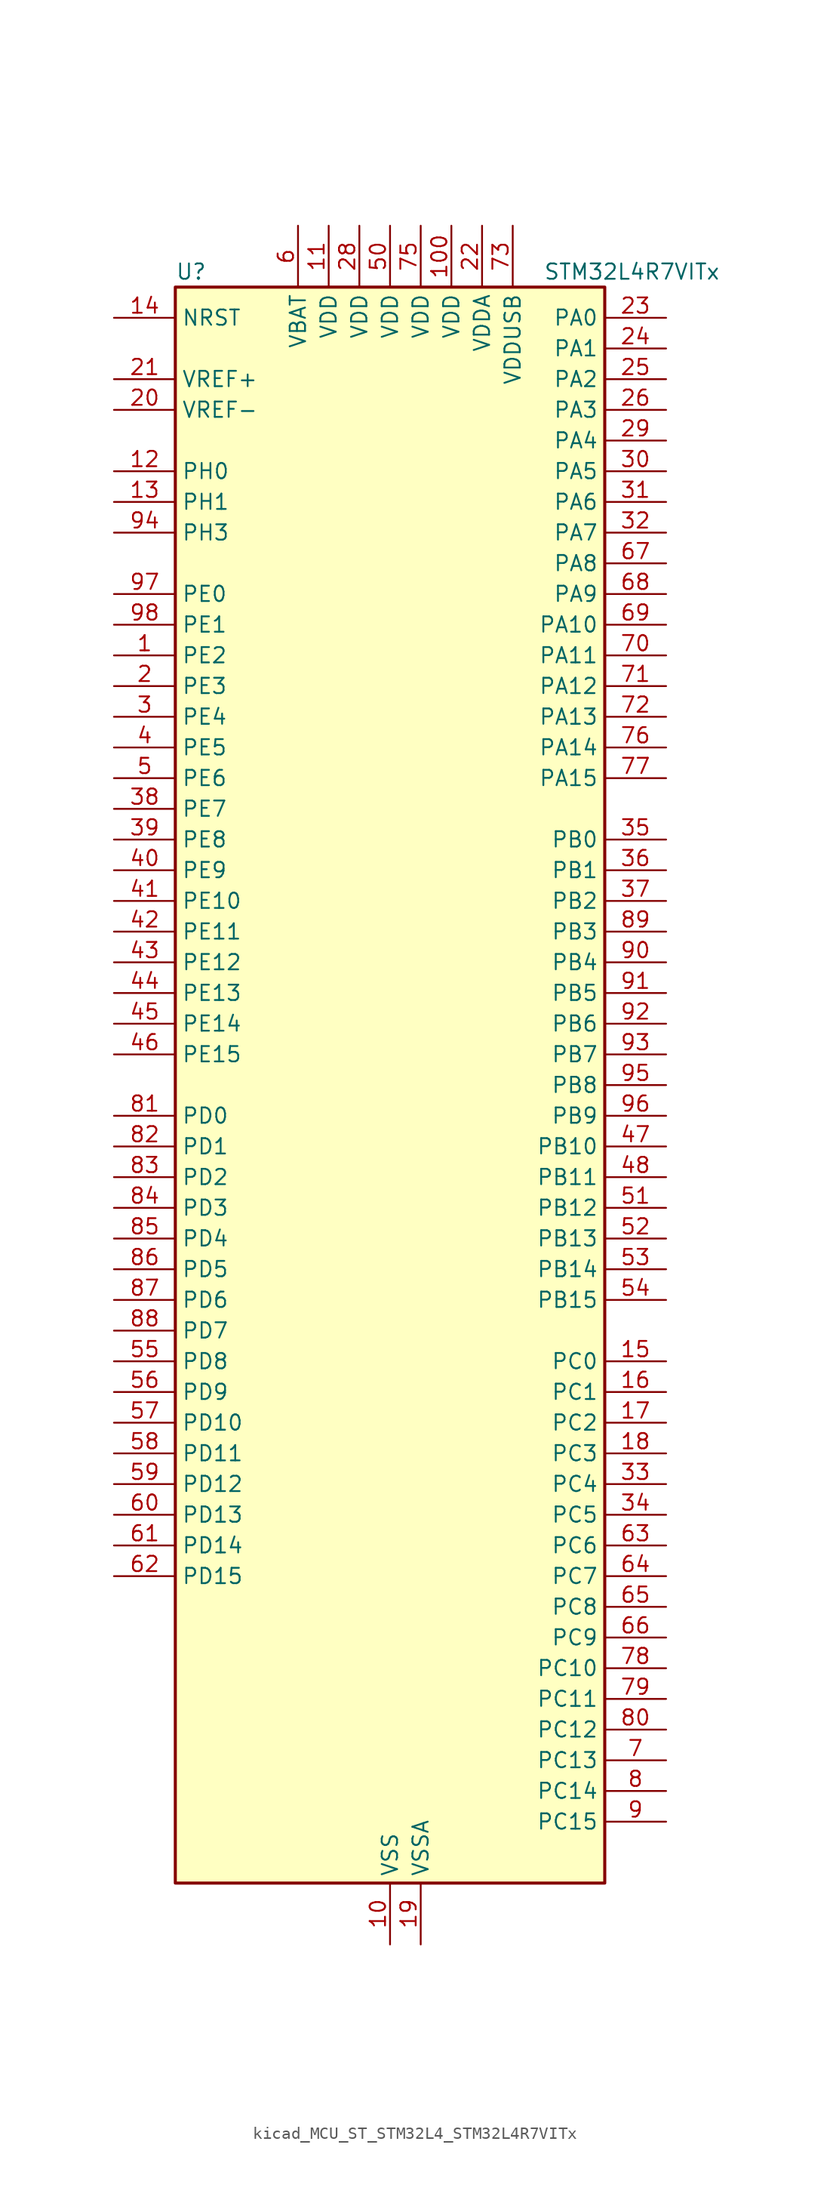
<source format=kicad_sym>
(kicad_symbol_lib
  (version 20220914)
  (generator kicad_symbol_editor)
  (symbol "kicad_MCU_ST_STM32L4_STM32L4R7VITx"
    (property "Reference" "U"
      (at -17.78 67.31 0)
      (effects (font (size 1.27 1.27)) (justify left)))
    (property "Value" "STM32L4R7VITx"
      (at 12.7 67.31 0)
      (effects (font (size 1.27 1.27)) (justify left)))
    (property "ki_locked" ""
      (at 0 0 0)
      (effects (font (size 1.27 1.27))))
    (symbol "kicad_MCU_ST_STM32L4_STM32L4R7VITx_0_1"
      (rectangle (start -17.78 -66.04) (end 17.78 66.04) (stroke (width 0.254) (type default)) (fill (type background))))
    (symbol "kicad_MCU_ST_STM32L4_STM32L4R7VITx_1_1"
      (pin bidirectional line (at -22.86 35.56 0) (length 5.08) (name "PE2" (effects (font (size 1.27 1.27)))) (number "1" (effects (font (size 1.27 1.27)))) (alternate "FMC_A23" bidirectional line) (alternate "LTDC_R0" bidirectional line) (alternate "SAI1_CK1" bidirectional line) (alternate "SAI1_MCLK_A" bidirectional line) (alternate "SYS_TRACECLK" bidirectional line) (alternate "TIM3_ETR" bidirectional line) (alternate "TSC_G7_IO1" bidirectional line))
      (pin power_in line (at 0 -71.12 90) (length 5.08) (name "VSS" (effects (font (size 1.27 1.27)))) (number "10" (effects (font (size 1.27 1.27)))))
      (pin power_in line (at 5.08 71.12 270) (length 5.08) (name "VDD" (effects (font (size 1.27 1.27)))) (number "100" (effects (font (size 1.27 1.27)))))
      (pin power_in line (at -5.08 71.12 270) (length 5.08) (name "VDD" (effects (font (size 1.27 1.27)))) (number "11" (effects (font (size 1.27 1.27)))))
      (pin bidirectional line (at -22.86 50.8 0) (length 5.08) (name "PH0" (effects (font (size 1.27 1.27)))) (number "12" (effects (font (size 1.27 1.27)))) (alternate "RCC_OSC_IN" bidirectional line))
      (pin bidirectional line (at -22.86 48.26 0) (length 5.08) (name "PH1" (effects (font (size 1.27 1.27)))) (number "13" (effects (font (size 1.27 1.27)))) (alternate "RCC_OSC_OUT" bidirectional line))
      (pin input line (at -22.86 63.5 0) (length 5.08) (name "NRST" (effects (font (size 1.27 1.27)))) (number "14" (effects (font (size 1.27 1.27)))))
      (pin bidirectional line (at 22.86 -22.86 180) (length 5.08) (name "PC0" (effects (font (size 1.27 1.27)))) (number "15" (effects (font (size 1.27 1.27)))) (alternate "ADC1_IN1" bidirectional line) (alternate "DFSDM1_DATIN4" bidirectional line) (alternate "I2C3_SCL" bidirectional line) (alternate "LPTIM1_IN1" bidirectional line) (alternate "LPTIM2_IN1" bidirectional line) (alternate "LPUART1_RX" bidirectional line) (alternate "SAI2_FS_A" bidirectional line))
      (pin bidirectional line (at 22.86 -25.4 180) (length 5.08) (name "PC1" (effects (font (size 1.27 1.27)))) (number "16" (effects (font (size 1.27 1.27)))) (alternate "ADC1_IN2" bidirectional line) (alternate "DFSDM1_CKIN4" bidirectional line) (alternate "I2C3_SDA" bidirectional line) (alternate "LPTIM1_OUT" bidirectional line) (alternate "LPUART1_TX" bidirectional line) (alternate "OCTOSPIM_P1_IO4" bidirectional line) (alternate "SAI1_SD_A" bidirectional line) (alternate "SPI2_MOSI" bidirectional line) (alternate "SYS_TRACED0" bidirectional line))
      (pin bidirectional line (at 22.86 -27.94 180) (length 5.08) (name "PC2" (effects (font (size 1.27 1.27)))) (number "17" (effects (font (size 1.27 1.27)))) (alternate "ADC1_IN3" bidirectional line) (alternate "DFSDM1_CKOUT" bidirectional line) (alternate "LPTIM1_IN2" bidirectional line) (alternate "OCTOSPIM_P1_IO5" bidirectional line) (alternate "SPI2_MISO" bidirectional line))
      (pin bidirectional line (at 22.86 -30.48 180) (length 5.08) (name "PC3" (effects (font (size 1.27 1.27)))) (number "18" (effects (font (size 1.27 1.27)))) (alternate "ADC1_IN4" bidirectional line) (alternate "LPTIM1_ETR" bidirectional line) (alternate "LPTIM2_ETR" bidirectional line) (alternate "OCTOSPIM_P1_IO6" bidirectional line) (alternate "SAI1_D1" bidirectional line) (alternate "SAI1_SD_A" bidirectional line) (alternate "SPI2_MOSI" bidirectional line))
      (pin power_in line (at 2.54 -71.12 90) (length 5.08) (name "VSSA" (effects (font (size 1.27 1.27)))) (number "19" (effects (font (size 1.27 1.27)))))
      (pin bidirectional line (at -22.86 33.02 0) (length 5.08) (name "PE3" (effects (font (size 1.27 1.27)))) (number "2" (effects (font (size 1.27 1.27)))) (alternate "FMC_A19" bidirectional line) (alternate "LTDC_R1" bidirectional line) (alternate "OCTOSPIM_P1_DQS" bidirectional line) (alternate "SAI1_SD_B" bidirectional line) (alternate "SYS_TRACED0" bidirectional line) (alternate "TIM3_CH1" bidirectional line) (alternate "TSC_G7_IO2" bidirectional line))
      (pin input line (at -22.86 55.88 0) (length 5.08) (name "VREF-" (effects (font (size 1.27 1.27)))) (number "20" (effects (font (size 1.27 1.27)))))
      (pin input line (at -22.86 58.42 0) (length 5.08) (name "VREF+" (effects (font (size 1.27 1.27)))) (number "21" (effects (font (size 1.27 1.27)))) (alternate "VREFBUF_OUT" bidirectional line))
      (pin power_in line (at 7.62 71.12 270) (length 5.08) (name "VDDA" (effects (font (size 1.27 1.27)))) (number "22" (effects (font (size 1.27 1.27)))))
      (pin bidirectional line (at 22.86 63.5 180) (length 5.08) (name "PA0" (effects (font (size 1.27 1.27)))) (number "23" (effects (font (size 1.27 1.27)))) (alternate "ADC1_IN5" bidirectional line) (alternate "OPAMP1_VINP" bidirectional line) (alternate "RTC_TAMP2" bidirectional line) (alternate "SAI1_EXTCLK" bidirectional line) (alternate "SYS_WKUP1" bidirectional line) (alternate "TIM2_CH1" bidirectional line) (alternate "TIM2_ETR" bidirectional line) (alternate "TIM5_CH1" bidirectional line) (alternate "TIM8_ETR" bidirectional line) (alternate "UART4_TX" bidirectional line) (alternate "USART2_CTS" bidirectional line) (alternate "USART2_NSS" bidirectional line))
      (pin bidirectional line (at 22.86 60.96 180) (length 5.08) (name "PA1" (effects (font (size 1.27 1.27)))) (number "24" (effects (font (size 1.27 1.27)))) (alternate "ADC1_IN6" bidirectional line) (alternate "I2C1_SMBA" bidirectional line) (alternate "OCTOSPIM_P1_DQS" bidirectional line) (alternate "OPAMP1_VINM" bidirectional line) (alternate "SPI1_SCK" bidirectional line) (alternate "TIM15_CH1N" bidirectional line) (alternate "TIM2_CH2" bidirectional line) (alternate "TIM5_CH2" bidirectional line) (alternate "UART4_RX" bidirectional line) (alternate "USART2_DE" bidirectional line) (alternate "USART2_RTS" bidirectional line))
      (pin bidirectional line (at 22.86 58.42 180) (length 5.08) (name "PA2" (effects (font (size 1.27 1.27)))) (number "25" (effects (font (size 1.27 1.27)))) (alternate "ADC1_IN7" bidirectional line) (alternate "LPUART1_TX" bidirectional line) (alternate "OCTOSPIM_P1_NCS" bidirectional line) (alternate "RCC_LSCO" bidirectional line) (alternate "SAI2_EXTCLK" bidirectional line) (alternate "SYS_WKUP4" bidirectional line) (alternate "TIM15_CH1" bidirectional line) (alternate "TIM2_CH3" bidirectional line) (alternate "TIM5_CH3" bidirectional line) (alternate "USART2_TX" bidirectional line))
      (pin bidirectional line (at 22.86 55.88 180) (length 5.08) (name "PA3" (effects (font (size 1.27 1.27)))) (number "26" (effects (font (size 1.27 1.27)))) (alternate "ADC1_IN8" bidirectional line) (alternate "LPUART1_RX" bidirectional line) (alternate "OCTOSPIM_P1_CLK" bidirectional line) (alternate "OPAMP1_VOUT" bidirectional line) (alternate "SAI1_CK1" bidirectional line) (alternate "SAI1_MCLK_A" bidirectional line) (alternate "TIM15_CH2" bidirectional line) (alternate "TIM2_CH4" bidirectional line) (alternate "TIM5_CH4" bidirectional line) (alternate "USART2_RX" bidirectional line))
      (pin passive line (at 0 -71.12 90) (length 5.08) hide (name "VSS" (effects (font (size 1.27 1.27)))) (number "27" (effects (font (size 1.27 1.27)))))
      (pin power_in line (at -2.54 71.12 270) (length 5.08) (name "VDD" (effects (font (size 1.27 1.27)))) (number "28" (effects (font (size 1.27 1.27)))))
      (pin bidirectional line (at 22.86 53.34 180) (length 5.08) (name "PA4" (effects (font (size 1.27 1.27)))) (number "29" (effects (font (size 1.27 1.27)))) (alternate "ADC1_IN9" bidirectional line) (alternate "DAC1_OUT1" bidirectional line) (alternate "DCMI_HSYNC" bidirectional line) (alternate "LPTIM2_OUT" bidirectional line) (alternate "OCTOSPIM_P1_NCS" bidirectional line) (alternate "SAI1_FS_B" bidirectional line) (alternate "SPI1_NSS" bidirectional line) (alternate "SPI3_NSS" bidirectional line) (alternate "USART2_CK" bidirectional line))
      (pin bidirectional line (at -22.86 30.48 0) (length 5.08) (name "PE4" (effects (font (size 1.27 1.27)))) (number "3" (effects (font (size 1.27 1.27)))) (alternate "DCMI_D4" bidirectional line) (alternate "DFSDM1_DATIN3" bidirectional line) (alternate "FMC_A20" bidirectional line) (alternate "LTDC_B0" bidirectional line) (alternate "SAI1_D2" bidirectional line) (alternate "SAI1_FS_A" bidirectional line) (alternate "SYS_TRACED1" bidirectional line) (alternate "TIM3_CH2" bidirectional line) (alternate "TSC_G7_IO3" bidirectional line))
      (pin bidirectional line (at 22.86 50.8 180) (length 5.08) (name "PA5" (effects (font (size 1.27 1.27)))) (number "30" (effects (font (size 1.27 1.27)))) (alternate "ADC1_IN10" bidirectional line) (alternate "DAC1_OUT2" bidirectional line) (alternate "LPTIM2_ETR" bidirectional line) (alternate "SPI1_SCK" bidirectional line) (alternate "TIM2_CH1" bidirectional line) (alternate "TIM2_ETR" bidirectional line) (alternate "TIM8_CH1N" bidirectional line))
      (pin bidirectional line (at 22.86 48.26 180) (length 5.08) (name "PA6" (effects (font (size 1.27 1.27)))) (number "31" (effects (font (size 1.27 1.27)))) (alternate "ADC1_IN11" bidirectional line) (alternate "DCMI_PIXCLK" bidirectional line) (alternate "LPUART1_CTS" bidirectional line) (alternate "OCTOSPIM_P1_IO3" bidirectional line) (alternate "OPAMP2_VINP" bidirectional line) (alternate "SPI1_MISO" bidirectional line) (alternate "TIM16_CH1" bidirectional line) (alternate "TIM1_BKIN" bidirectional line) (alternate "TIM3_CH1" bidirectional line) (alternate "TIM8_BKIN" bidirectional line) (alternate "USART3_CTS" bidirectional line) (alternate "USART3_NSS" bidirectional line))
      (pin bidirectional line (at 22.86 45.72 180) (length 5.08) (name "PA7" (effects (font (size 1.27 1.27)))) (number "32" (effects (font (size 1.27 1.27)))) (alternate "ADC1_IN12" bidirectional line) (alternate "I2C3_SCL" bidirectional line) (alternate "OCTOSPIM_P1_IO2" bidirectional line) (alternate "OPAMP2_VINM" bidirectional line) (alternate "SPI1_MOSI" bidirectional line) (alternate "TIM17_CH1" bidirectional line) (alternate "TIM1_CH1N" bidirectional line) (alternate "TIM3_CH2" bidirectional line) (alternate "TIM8_CH1N" bidirectional line))
      (pin bidirectional line (at 22.86 -33.02 180) (length 5.08) (name "PC4" (effects (font (size 1.27 1.27)))) (number "33" (effects (font (size 1.27 1.27)))) (alternate "ADC1_IN13" bidirectional line) (alternate "COMP1_INM" bidirectional line) (alternate "OCTOSPIM_P1_IO7" bidirectional line) (alternate "USART3_TX" bidirectional line))
      (pin bidirectional line (at 22.86 -35.56 180) (length 5.08) (name "PC5" (effects (font (size 1.27 1.27)))) (number "34" (effects (font (size 1.27 1.27)))) (alternate "ADC1_IN14" bidirectional line) (alternate "COMP1_INP" bidirectional line) (alternate "SAI1_D3" bidirectional line) (alternate "SYS_WKUP5" bidirectional line) (alternate "USART3_RX" bidirectional line))
      (pin bidirectional line (at 22.86 20.32 180) (length 5.08) (name "PB0" (effects (font (size 1.27 1.27)))) (number "35" (effects (font (size 1.27 1.27)))) (alternate "ADC1_IN15" bidirectional line) (alternate "COMP1_OUT" bidirectional line) (alternate "OCTOSPIM_P1_IO1" bidirectional line) (alternate "OPAMP2_VOUT" bidirectional line) (alternate "SAI1_EXTCLK" bidirectional line) (alternate "SPI1_NSS" bidirectional line) (alternate "TIM1_CH2N" bidirectional line) (alternate "TIM3_CH3" bidirectional line) (alternate "TIM8_CH2N" bidirectional line) (alternate "USART3_CK" bidirectional line))
      (pin bidirectional line (at 22.86 17.78 180) (length 5.08) (name "PB1" (effects (font (size 1.27 1.27)))) (number "36" (effects (font (size 1.27 1.27)))) (alternate "ADC1_IN16" bidirectional line) (alternate "COMP1_INM" bidirectional line) (alternate "DFSDM1_DATIN0" bidirectional line) (alternate "LPTIM2_IN1" bidirectional line) (alternate "LPUART1_DE" bidirectional line) (alternate "LPUART1_RTS" bidirectional line) (alternate "OCTOSPIM_P1_IO0" bidirectional line) (alternate "TIM1_CH3N" bidirectional line) (alternate "TIM3_CH4" bidirectional line) (alternate "TIM8_CH3N" bidirectional line) (alternate "USART3_DE" bidirectional line) (alternate "USART3_RTS" bidirectional line))
      (pin bidirectional line (at 22.86 15.24 180) (length 5.08) (name "PB2" (effects (font (size 1.27 1.27)))) (number "37" (effects (font (size 1.27 1.27)))) (alternate "COMP1_INP" bidirectional line) (alternate "DFSDM1_CKIN0" bidirectional line) (alternate "I2C3_SMBA" bidirectional line) (alternate "LPTIM1_OUT" bidirectional line) (alternate "LTDC_B1" bidirectional line) (alternate "OCTOSPIM_P1_DQS" bidirectional line) (alternate "RTC_OUT_ALARM" bidirectional line) (alternate "RTC_OUT_CALIB" bidirectional line))
      (pin bidirectional line (at -22.86 22.86 0) (length 5.08) (name "PE7" (effects (font (size 1.27 1.27)))) (number "38" (effects (font (size 1.27 1.27)))) (alternate "DFSDM1_DATIN2" bidirectional line) (alternate "FMC_D4" bidirectional line) (alternate "FMC_DA4" bidirectional line) (alternate "LTDC_B6" bidirectional line) (alternate "SAI1_SD_B" bidirectional line) (alternate "TIM1_ETR" bidirectional line))
      (pin bidirectional line (at -22.86 20.32 0) (length 5.08) (name "PE8" (effects (font (size 1.27 1.27)))) (number "39" (effects (font (size 1.27 1.27)))) (alternate "DFSDM1_CKIN2" bidirectional line) (alternate "FMC_D5" bidirectional line) (alternate "FMC_DA5" bidirectional line) (alternate "LTDC_B7" bidirectional line) (alternate "SAI1_SCK_B" bidirectional line) (alternate "TIM1_CH1N" bidirectional line))
      (pin bidirectional line (at -22.86 27.94 0) (length 5.08) (name "PE5" (effects (font (size 1.27 1.27)))) (number "4" (effects (font (size 1.27 1.27)))) (alternate "DCMI_D6" bidirectional line) (alternate "DFSDM1_CKIN3" bidirectional line) (alternate "FMC_A21" bidirectional line) (alternate "LTDC_G0" bidirectional line) (alternate "SAI1_CK2" bidirectional line) (alternate "SAI1_SCK_A" bidirectional line) (alternate "SYS_TRACED2" bidirectional line) (alternate "TIM3_CH3" bidirectional line) (alternate "TSC_G7_IO4" bidirectional line))
      (pin bidirectional line (at -22.86 17.78 0) (length 5.08) (name "PE9" (effects (font (size 1.27 1.27)))) (number "40" (effects (font (size 1.27 1.27)))) (alternate "DAC1_EXTI9" bidirectional line) (alternate "DFSDM1_CKOUT" bidirectional line) (alternate "FMC_D6" bidirectional line) (alternate "FMC_DA6" bidirectional line) (alternate "LTDC_G2" bidirectional line) (alternate "SAI1_FS_B" bidirectional line) (alternate "TIM1_CH1" bidirectional line))
      (pin bidirectional line (at -22.86 15.24 0) (length 5.08) (name "PE10" (effects (font (size 1.27 1.27)))) (number "41" (effects (font (size 1.27 1.27)))) (alternate "DFSDM1_DATIN4" bidirectional line) (alternate "FMC_D7" bidirectional line) (alternate "FMC_DA7" bidirectional line) (alternate "LTDC_G3" bidirectional line) (alternate "OCTOSPIM_P1_CLK" bidirectional line) (alternate "SAI1_MCLK_B" bidirectional line) (alternate "TIM1_CH2N" bidirectional line) (alternate "TSC_G5_IO1" bidirectional line))
      (pin bidirectional line (at -22.86 12.7 0) (length 5.08) (name "PE11" (effects (font (size 1.27 1.27)))) (number "42" (effects (font (size 1.27 1.27)))) (alternate "ADC1_EXTI11" bidirectional line) (alternate "DFSDM1_CKIN4" bidirectional line) (alternate "FMC_D8" bidirectional line) (alternate "FMC_DA8" bidirectional line) (alternate "LTDC_G4" bidirectional line) (alternate "OCTOSPIM_P1_NCS" bidirectional line) (alternate "TIM1_CH2" bidirectional line) (alternate "TSC_G5_IO2" bidirectional line))
      (pin bidirectional line (at -22.86 10.16 0) (length 5.08) (name "PE12" (effects (font (size 1.27 1.27)))) (number "43" (effects (font (size 1.27 1.27)))) (alternate "DFSDM1_DATIN5" bidirectional line) (alternate "FMC_D9" bidirectional line) (alternate "FMC_DA9" bidirectional line) (alternate "LTDC_G5" bidirectional line) (alternate "OCTOSPIM_P1_IO0" bidirectional line) (alternate "SPI1_NSS" bidirectional line) (alternate "TIM1_CH3N" bidirectional line) (alternate "TSC_G5_IO3" bidirectional line))
      (pin bidirectional line (at -22.86 7.62 0) (length 5.08) (name "PE13" (effects (font (size 1.27 1.27)))) (number "44" (effects (font (size 1.27 1.27)))) (alternate "DFSDM1_CKIN5" bidirectional line) (alternate "FMC_D10" bidirectional line) (alternate "FMC_DA10" bidirectional line) (alternate "LTDC_G6" bidirectional line) (alternate "OCTOSPIM_P1_IO1" bidirectional line) (alternate "SPI1_SCK" bidirectional line) (alternate "TIM1_CH3" bidirectional line) (alternate "TSC_G5_IO4" bidirectional line))
      (pin bidirectional line (at -22.86 5.08 0) (length 5.08) (name "PE14" (effects (font (size 1.27 1.27)))) (number "45" (effects (font (size 1.27 1.27)))) (alternate "FMC_D11" bidirectional line) (alternate "FMC_DA11" bidirectional line) (alternate "LTDC_G7" bidirectional line) (alternate "OCTOSPIM_P1_IO2" bidirectional line) (alternate "SPI1_MISO" bidirectional line) (alternate "TIM1_BKIN2" bidirectional line) (alternate "TIM1_CH4" bidirectional line))
      (pin bidirectional line (at -22.86 2.54 0) (length 5.08) (name "PE15" (effects (font (size 1.27 1.27)))) (number "46" (effects (font (size 1.27 1.27)))) (alternate "ADC1_EXTI15" bidirectional line) (alternate "FMC_D12" bidirectional line) (alternate "FMC_DA12" bidirectional line) (alternate "LTDC_R2" bidirectional line) (alternate "OCTOSPIM_P1_IO3" bidirectional line) (alternate "SPI1_MOSI" bidirectional line) (alternate "TIM1_BKIN" bidirectional line))
      (pin bidirectional line (at 22.86 -5.08 180) (length 5.08) (name "PB10" (effects (font (size 1.27 1.27)))) (number "47" (effects (font (size 1.27 1.27)))) (alternate "COMP1_OUT" bidirectional line) (alternate "DFSDM1_DATIN7" bidirectional line) (alternate "I2C2_SCL" bidirectional line) (alternate "I2C4_SCL" bidirectional line) (alternate "LPUART1_RX" bidirectional line) (alternate "OCTOSPIM_P1_CLK" bidirectional line) (alternate "SAI1_SCK_A" bidirectional line) (alternate "SPI2_SCK" bidirectional line) (alternate "TIM2_CH3" bidirectional line) (alternate "TSC_SYNC" bidirectional line) (alternate "USART3_TX" bidirectional line))
      (pin bidirectional line (at 22.86 -7.62 180) (length 5.08) (name "PB11" (effects (font (size 1.27 1.27)))) (number "48" (effects (font (size 1.27 1.27)))) (alternate "ADC1_EXTI11" bidirectional line) (alternate "COMP2_OUT" bidirectional line) (alternate "DFSDM1_CKIN7" bidirectional line) (alternate "I2C2_SDA" bidirectional line) (alternate "I2C4_SDA" bidirectional line) (alternate "LPUART1_TX" bidirectional line) (alternate "OCTOSPIM_P1_NCS" bidirectional line) (alternate "TIM2_CH4" bidirectional line) (alternate "USART3_RX" bidirectional line))
      (pin passive line (at 0 -71.12 90) (length 5.08) hide (name "VSS" (effects (font (size 1.27 1.27)))) (number "49" (effects (font (size 1.27 1.27)))))
      (pin bidirectional line (at -22.86 25.4 0) (length 5.08) (name "PE6" (effects (font (size 1.27 1.27)))) (number "5" (effects (font (size 1.27 1.27)))) (alternate "DCMI_D7" bidirectional line) (alternate "FMC_A22" bidirectional line) (alternate "LTDC_G1" bidirectional line) (alternate "RTC_TAMP3" bidirectional line) (alternate "SAI1_D1" bidirectional line) (alternate "SAI1_SD_A" bidirectional line) (alternate "SYS_TRACED3" bidirectional line) (alternate "SYS_WKUP3" bidirectional line) (alternate "TIM3_CH4" bidirectional line))
      (pin power_in line (at 0 71.12 270) (length 5.08) (name "VDD" (effects (font (size 1.27 1.27)))) (number "50" (effects (font (size 1.27 1.27)))))
      (pin bidirectional line (at 22.86 -10.16 180) (length 5.08) (name "PB12" (effects (font (size 1.27 1.27)))) (number "51" (effects (font (size 1.27 1.27)))) (alternate "DFSDM1_DATIN1" bidirectional line) (alternate "I2C2_SMBA" bidirectional line) (alternate "LPUART1_DE" bidirectional line) (alternate "LPUART1_RTS" bidirectional line) (alternate "SAI2_FS_A" bidirectional line) (alternate "SPI2_NSS" bidirectional line) (alternate "TIM15_BKIN" bidirectional line) (alternate "TIM1_BKIN" bidirectional line) (alternate "TSC_G1_IO1" bidirectional line) (alternate "USART3_CK" bidirectional line))
      (pin bidirectional line (at 22.86 -12.7 180) (length 5.08) (name "PB13" (effects (font (size 1.27 1.27)))) (number "52" (effects (font (size 1.27 1.27)))) (alternate "DFSDM1_CKIN1" bidirectional line) (alternate "I2C2_SCL" bidirectional line) (alternate "LPUART1_CTS" bidirectional line) (alternate "SAI2_SCK_A" bidirectional line) (alternate "SPI2_SCK" bidirectional line) (alternate "TIM15_CH1N" bidirectional line) (alternate "TIM1_CH1N" bidirectional line) (alternate "TSC_G1_IO2" bidirectional line) (alternate "USART3_CTS" bidirectional line) (alternate "USART3_NSS" bidirectional line))
      (pin bidirectional line (at 22.86 -15.24 180) (length 5.08) (name "PB14" (effects (font (size 1.27 1.27)))) (number "53" (effects (font (size 1.27 1.27)))) (alternate "DFSDM1_DATIN2" bidirectional line) (alternate "I2C2_SDA" bidirectional line) (alternate "SAI2_MCLK_A" bidirectional line) (alternate "SPI2_MISO" bidirectional line) (alternate "TIM15_CH1" bidirectional line) (alternate "TIM1_CH2N" bidirectional line) (alternate "TIM8_CH2N" bidirectional line) (alternate "TSC_G1_IO3" bidirectional line) (alternate "USART3_DE" bidirectional line) (alternate "USART3_RTS" bidirectional line))
      (pin bidirectional line (at 22.86 -17.78 180) (length 5.08) (name "PB15" (effects (font (size 1.27 1.27)))) (number "54" (effects (font (size 1.27 1.27)))) (alternate "ADC1_EXTI15" bidirectional line) (alternate "DFSDM1_CKIN2" bidirectional line) (alternate "RTC_REFIN" bidirectional line) (alternate "SAI2_SD_A" bidirectional line) (alternate "SPI2_MOSI" bidirectional line) (alternate "TIM15_CH2" bidirectional line) (alternate "TIM1_CH3N" bidirectional line) (alternate "TIM8_CH3N" bidirectional line) (alternate "TSC_G1_IO4" bidirectional line))
      (pin bidirectional line (at -22.86 -22.86 0) (length 5.08) (name "PD8" (effects (font (size 1.27 1.27)))) (number "55" (effects (font (size 1.27 1.27)))) (alternate "DCMI_HSYNC" bidirectional line) (alternate "FMC_D13" bidirectional line) (alternate "FMC_DA13" bidirectional line) (alternate "LTDC_R3" bidirectional line) (alternate "USART3_TX" bidirectional line))
      (pin bidirectional line (at -22.86 -25.4 0) (length 5.08) (name "PD9" (effects (font (size 1.27 1.27)))) (number "56" (effects (font (size 1.27 1.27)))) (alternate "DAC1_EXTI9" bidirectional line) (alternate "DCMI_PIXCLK" bidirectional line) (alternate "FMC_D14" bidirectional line) (alternate "FMC_DA14" bidirectional line) (alternate "LTDC_R4" bidirectional line) (alternate "SAI2_MCLK_A" bidirectional line) (alternate "USART3_RX" bidirectional line))
      (pin bidirectional line (at -22.86 -27.94 0) (length 5.08) (name "PD10" (effects (font (size 1.27 1.27)))) (number "57" (effects (font (size 1.27 1.27)))) (alternate "FMC_D15" bidirectional line) (alternate "FMC_DA15" bidirectional line) (alternate "LTDC_R5" bidirectional line) (alternate "SAI2_SCK_A" bidirectional line) (alternate "TSC_G6_IO1" bidirectional line) (alternate "USART3_CK" bidirectional line))
      (pin bidirectional line (at -22.86 -30.48 0) (length 5.08) (name "PD11" (effects (font (size 1.27 1.27)))) (number "58" (effects (font (size 1.27 1.27)))) (alternate "ADC1_EXTI11" bidirectional line) (alternate "FMC_A16" bidirectional line) (alternate "FMC_CLE" bidirectional line) (alternate "I2C4_SMBA" bidirectional line) (alternate "LPTIM2_ETR" bidirectional line) (alternate "LTDC_R6" bidirectional line) (alternate "SAI2_SD_A" bidirectional line) (alternate "TSC_G6_IO2" bidirectional line) (alternate "USART3_CTS" bidirectional line) (alternate "USART3_NSS" bidirectional line))
      (pin bidirectional line (at -22.86 -33.02 0) (length 5.08) (name "PD12" (effects (font (size 1.27 1.27)))) (number "59" (effects (font (size 1.27 1.27)))) (alternate "FMC_A17" bidirectional line) (alternate "FMC_ALE" bidirectional line) (alternate "I2C4_SCL" bidirectional line) (alternate "LPTIM2_IN1" bidirectional line) (alternate "LTDC_R7" bidirectional line) (alternate "SAI2_FS_A" bidirectional line) (alternate "TIM4_CH1" bidirectional line) (alternate "TSC_G6_IO3" bidirectional line) (alternate "USART3_DE" bidirectional line) (alternate "USART3_RTS" bidirectional line))
      (pin power_in line (at -7.62 71.12 270) (length 5.08) (name "VBAT" (effects (font (size 1.27 1.27)))) (number "6" (effects (font (size 1.27 1.27)))))
      (pin bidirectional line (at -22.86 -35.56 0) (length 5.08) (name "PD13" (effects (font (size 1.27 1.27)))) (number "60" (effects (font (size 1.27 1.27)))) (alternate "FMC_A18" bidirectional line) (alternate "I2C4_SDA" bidirectional line) (alternate "LPTIM2_OUT" bidirectional line) (alternate "TIM4_CH2" bidirectional line) (alternate "TSC_G6_IO4" bidirectional line))
      (pin bidirectional line (at -22.86 -38.1 0) (length 5.08) (name "PD14" (effects (font (size 1.27 1.27)))) (number "61" (effects (font (size 1.27 1.27)))) (alternate "FMC_D0" bidirectional line) (alternate "FMC_DA0" bidirectional line) (alternate "LTDC_B2" bidirectional line) (alternate "TIM4_CH3" bidirectional line))
      (pin bidirectional line (at -22.86 -40.64 0) (length 5.08) (name "PD15" (effects (font (size 1.27 1.27)))) (number "62" (effects (font (size 1.27 1.27)))) (alternate "ADC1_EXTI15" bidirectional line) (alternate "FMC_D1" bidirectional line) (alternate "FMC_DA1" bidirectional line) (alternate "LTDC_B3" bidirectional line) (alternate "TIM4_CH4" bidirectional line))
      (pin bidirectional line (at 22.86 -38.1 180) (length 5.08) (name "PC6" (effects (font (size 1.27 1.27)))) (number "63" (effects (font (size 1.27 1.27)))) (alternate "DCMI_D0" bidirectional line) (alternate "DFSDM1_CKIN3" bidirectional line) (alternate "LTDC_R0" bidirectional line) (alternate "SAI2_MCLK_A" bidirectional line) (alternate "SDMMC1_D0DIR" bidirectional line) (alternate "SDMMC1_D6" bidirectional line) (alternate "TIM3_CH1" bidirectional line) (alternate "TIM8_CH1" bidirectional line) (alternate "TSC_G4_IO1" bidirectional line))
      (pin bidirectional line (at 22.86 -40.64 180) (length 5.08) (name "PC7" (effects (font (size 1.27 1.27)))) (number "64" (effects (font (size 1.27 1.27)))) (alternate "DCMI_D1" bidirectional line) (alternate "DFSDM1_DATIN3" bidirectional line) (alternate "LTDC_R1" bidirectional line) (alternate "SAI2_MCLK_B" bidirectional line) (alternate "SDMMC1_D123DIR" bidirectional line) (alternate "SDMMC1_D7" bidirectional line) (alternate "TIM3_CH2" bidirectional line) (alternate "TIM8_CH2" bidirectional line) (alternate "TSC_G4_IO2" bidirectional line))
      (pin bidirectional line (at 22.86 -43.18 180) (length 5.08) (name "PC8" (effects (font (size 1.27 1.27)))) (number "65" (effects (font (size 1.27 1.27)))) (alternate "DCMI_D2" bidirectional line) (alternate "SDMMC1_D0" bidirectional line) (alternate "TIM3_CH3" bidirectional line) (alternate "TIM8_CH3" bidirectional line) (alternate "TSC_G4_IO3" bidirectional line))
      (pin bidirectional line (at 22.86 -45.72 180) (length 5.08) (name "PC9" (effects (font (size 1.27 1.27)))) (number "66" (effects (font (size 1.27 1.27)))) (alternate "DAC1_EXTI9" bidirectional line) (alternate "DCMI_D3" bidirectional line) (alternate "I2C3_SDA" bidirectional line) (alternate "SAI2_EXTCLK" bidirectional line) (alternate "SDMMC1_D1" bidirectional line) (alternate "SYS_TRACED0" bidirectional line) (alternate "TIM3_CH4" bidirectional line) (alternate "TIM8_BKIN2" bidirectional line) (alternate "TIM8_CH4" bidirectional line) (alternate "TSC_G4_IO4" bidirectional line) (alternate "USB_OTG_FS_NOE" bidirectional line))
      (pin bidirectional line (at 22.86 43.18 180) (length 5.08) (name "PA8" (effects (font (size 1.27 1.27)))) (number "67" (effects (font (size 1.27 1.27)))) (alternate "LPTIM2_OUT" bidirectional line) (alternate "RCC_MCO" bidirectional line) (alternate "SAI1_CK2" bidirectional line) (alternate "SAI1_SCK_A" bidirectional line) (alternate "TIM1_CH1" bidirectional line) (alternate "USART1_CK" bidirectional line) (alternate "USB_OTG_FS_SOF" bidirectional line))
      (pin bidirectional line (at 22.86 40.64 180) (length 5.08) (name "PA9" (effects (font (size 1.27 1.27)))) (number "68" (effects (font (size 1.27 1.27)))) (alternate "DAC1_EXTI9" bidirectional line) (alternate "DCMI_D0" bidirectional line) (alternate "SAI1_FS_A" bidirectional line) (alternate "SPI2_SCK" bidirectional line) (alternate "TIM15_BKIN" bidirectional line) (alternate "TIM1_CH2" bidirectional line) (alternate "USART1_TX" bidirectional line) (alternate "USB_OTG_FS_VBUS" bidirectional line))
      (pin bidirectional line (at 22.86 38.1 180) (length 5.08) (name "PA10" (effects (font (size 1.27 1.27)))) (number "69" (effects (font (size 1.27 1.27)))) (alternate "DCMI_D1" bidirectional line) (alternate "SAI1_D1" bidirectional line) (alternate "SAI1_SD_A" bidirectional line) (alternate "TIM17_BKIN" bidirectional line) (alternate "TIM1_CH3" bidirectional line) (alternate "USART1_RX" bidirectional line) (alternate "USB_OTG_FS_ID" bidirectional line))
      (pin bidirectional line (at 22.86 -55.88 180) (length 5.08) (name "PC13" (effects (font (size 1.27 1.27)))) (number "7" (effects (font (size 1.27 1.27)))) (alternate "RTC_OUT_ALARM" bidirectional line) (alternate "RTC_OUT_CALIB" bidirectional line) (alternate "RTC_TAMP1" bidirectional line) (alternate "RTC_TS" bidirectional line) (alternate "SYS_WKUP2" bidirectional line))
      (pin bidirectional line (at 22.86 35.56 180) (length 5.08) (name "PA11" (effects (font (size 1.27 1.27)))) (number "70" (effects (font (size 1.27 1.27)))) (alternate "ADC1_EXTI11" bidirectional line) (alternate "CAN1_RX" bidirectional line) (alternate "SPI1_MISO" bidirectional line) (alternate "TIM1_BKIN2" bidirectional line) (alternate "TIM1_CH4" bidirectional line) (alternate "USART1_CTS" bidirectional line) (alternate "USART1_NSS" bidirectional line) (alternate "USB_OTG_FS_DM" bidirectional line))
      (pin bidirectional line (at 22.86 33.02 180) (length 5.08) (name "PA12" (effects (font (size 1.27 1.27)))) (number "71" (effects (font (size 1.27 1.27)))) (alternate "CAN1_TX" bidirectional line) (alternate "SPI1_MOSI" bidirectional line) (alternate "TIM1_ETR" bidirectional line) (alternate "USART1_DE" bidirectional line) (alternate "USART1_RTS" bidirectional line) (alternate "USB_OTG_FS_DP" bidirectional line))
      (pin bidirectional line (at 22.86 30.48 180) (length 5.08) (name "PA13" (effects (font (size 1.27 1.27)))) (number "72" (effects (font (size 1.27 1.27)))) (alternate "IR_OUT" bidirectional line) (alternate "SAI1_SD_B" bidirectional line) (alternate "SYS_JTMS-SWDIO" bidirectional line) (alternate "USB_OTG_FS_NOE" bidirectional line))
      (pin power_in line (at 10.16 71.12 270) (length 5.08) (name "VDDUSB" (effects (font (size 1.27 1.27)))) (number "73" (effects (font (size 1.27 1.27)))))
      (pin passive line (at 0 -71.12 90) (length 5.08) hide (name "VSS" (effects (font (size 1.27 1.27)))) (number "74" (effects (font (size 1.27 1.27)))))
      (pin power_in line (at 2.54 71.12 270) (length 5.08) (name "VDD" (effects (font (size 1.27 1.27)))) (number "75" (effects (font (size 1.27 1.27)))))
      (pin bidirectional line (at 22.86 27.94 180) (length 5.08) (name "PA14" (effects (font (size 1.27 1.27)))) (number "76" (effects (font (size 1.27 1.27)))) (alternate "I2C1_SMBA" bidirectional line) (alternate "I2C4_SMBA" bidirectional line) (alternate "LPTIM1_OUT" bidirectional line) (alternate "SAI1_FS_B" bidirectional line) (alternate "SYS_JTCK-SWCLK" bidirectional line) (alternate "USB_OTG_FS_SOF" bidirectional line))
      (pin bidirectional line (at 22.86 25.4 180) (length 5.08) (name "PA15" (effects (font (size 1.27 1.27)))) (number "77" (effects (font (size 1.27 1.27)))) (alternate "ADC1_EXTI15" bidirectional line) (alternate "SAI2_FS_B" bidirectional line) (alternate "SPI1_NSS" bidirectional line) (alternate "SPI3_NSS" bidirectional line) (alternate "SYS_JTDI" bidirectional line) (alternate "TIM2_CH1" bidirectional line) (alternate "TIM2_ETR" bidirectional line) (alternate "TSC_G3_IO1" bidirectional line) (alternate "UART4_DE" bidirectional line) (alternate "UART4_RTS" bidirectional line) (alternate "USART2_RX" bidirectional line) (alternate "USART3_DE" bidirectional line) (alternate "USART3_RTS" bidirectional line))
      (pin bidirectional line (at 22.86 -48.26 180) (length 5.08) (name "PC10" (effects (font (size 1.27 1.27)))) (number "78" (effects (font (size 1.27 1.27)))) (alternate "DCMI_D8" bidirectional line) (alternate "SAI2_SCK_B" bidirectional line) (alternate "SDMMC1_D2" bidirectional line) (alternate "SPI3_SCK" bidirectional line) (alternate "SYS_TRACED1" bidirectional line) (alternate "TSC_G3_IO2" bidirectional line) (alternate "UART4_TX" bidirectional line) (alternate "USART3_TX" bidirectional line))
      (pin bidirectional line (at 22.86 -50.8 180) (length 5.08) (name "PC11" (effects (font (size 1.27 1.27)))) (number "79" (effects (font (size 1.27 1.27)))) (alternate "ADC1_EXTI11" bidirectional line) (alternate "DCMI_D2" bidirectional line) (alternate "DCMI_D4" bidirectional line) (alternate "OCTOSPIM_P1_NCS" bidirectional line) (alternate "SAI2_MCLK_B" bidirectional line) (alternate "SDMMC1_D3" bidirectional line) (alternate "SPI3_MISO" bidirectional line) (alternate "TSC_G3_IO3" bidirectional line) (alternate "UART4_RX" bidirectional line) (alternate "USART3_RX" bidirectional line))
      (pin bidirectional line (at 22.86 -58.42 180) (length 5.08) (name "PC14" (effects (font (size 1.27 1.27)))) (number "8" (effects (font (size 1.27 1.27)))) (alternate "RCC_OSC32_IN" bidirectional line))
      (pin bidirectional line (at 22.86 -53.34 180) (length 5.08) (name "PC12" (effects (font (size 1.27 1.27)))) (number "80" (effects (font (size 1.27 1.27)))) (alternate "DCMI_D9" bidirectional line) (alternate "SAI2_SD_B" bidirectional line) (alternate "SDMMC1_CK" bidirectional line) (alternate "SPI3_MOSI" bidirectional line) (alternate "SYS_TRACED3" bidirectional line) (alternate "TSC_G3_IO4" bidirectional line) (alternate "UART5_TX" bidirectional line) (alternate "USART3_CK" bidirectional line))
      (pin bidirectional line (at -22.86 -2.54 0) (length 5.08) (name "PD0" (effects (font (size 1.27 1.27)))) (number "81" (effects (font (size 1.27 1.27)))) (alternate "CAN1_RX" bidirectional line) (alternate "DFSDM1_DATIN7" bidirectional line) (alternate "FMC_D2" bidirectional line) (alternate "FMC_DA2" bidirectional line) (alternate "LTDC_B4" bidirectional line) (alternate "SPI2_NSS" bidirectional line))
      (pin bidirectional line (at -22.86 -5.08 0) (length 5.08) (name "PD1" (effects (font (size 1.27 1.27)))) (number "82" (effects (font (size 1.27 1.27)))) (alternate "CAN1_TX" bidirectional line) (alternate "DFSDM1_CKIN7" bidirectional line) (alternate "FMC_D3" bidirectional line) (alternate "FMC_DA3" bidirectional line) (alternate "LTDC_B5" bidirectional line) (alternate "SPI2_SCK" bidirectional line))
      (pin bidirectional line (at -22.86 -7.62 0) (length 5.08) (name "PD2" (effects (font (size 1.27 1.27)))) (number "83" (effects (font (size 1.27 1.27)))) (alternate "DCMI_D11" bidirectional line) (alternate "SDMMC1_CMD" bidirectional line) (alternate "SYS_TRACED2" bidirectional line) (alternate "TIM3_ETR" bidirectional line) (alternate "TSC_SYNC" bidirectional line) (alternate "UART5_RX" bidirectional line) (alternate "USART3_DE" bidirectional line) (alternate "USART3_RTS" bidirectional line))
      (pin bidirectional line (at -22.86 -10.16 0) (length 5.08) (name "PD3" (effects (font (size 1.27 1.27)))) (number "84" (effects (font (size 1.27 1.27)))) (alternate "DCMI_D5" bidirectional line) (alternate "DFSDM1_DATIN0" bidirectional line) (alternate "FMC_CLK" bidirectional line) (alternate "LTDC_CLK" bidirectional line) (alternate "OCTOSPIM_P2_NCS" bidirectional line) (alternate "SPI2_MISO" bidirectional line) (alternate "SPI2_SCK" bidirectional line) (alternate "USART2_CTS" bidirectional line) (alternate "USART2_NSS" bidirectional line))
      (pin bidirectional line (at -22.86 -12.7 0) (length 5.08) (name "PD4" (effects (font (size 1.27 1.27)))) (number "85" (effects (font (size 1.27 1.27)))) (alternate "DFSDM1_CKIN0" bidirectional line) (alternate "FMC_NOE" bidirectional line) (alternate "OCTOSPIM_P1_IO4" bidirectional line) (alternate "SPI2_MOSI" bidirectional line) (alternate "USART2_DE" bidirectional line) (alternate "USART2_RTS" bidirectional line))
      (pin bidirectional line (at -22.86 -15.24 0) (length 5.08) (name "PD5" (effects (font (size 1.27 1.27)))) (number "86" (effects (font (size 1.27 1.27)))) (alternate "FMC_NWE" bidirectional line) (alternate "OCTOSPIM_P1_IO5" bidirectional line) (alternate "USART2_TX" bidirectional line))
      (pin bidirectional line (at -22.86 -17.78 0) (length 5.08) (name "PD6" (effects (font (size 1.27 1.27)))) (number "87" (effects (font (size 1.27 1.27)))) (alternate "DCMI_D10" bidirectional line) (alternate "DFSDM1_DATIN1" bidirectional line) (alternate "FMC_NWAIT" bidirectional line) (alternate "LTDC_DE" bidirectional line) (alternate "OCTOSPIM_P1_IO6" bidirectional line) (alternate "SAI1_D1" bidirectional line) (alternate "SAI1_SD_A" bidirectional line) (alternate "SPI3_MOSI" bidirectional line) (alternate "USART2_RX" bidirectional line))
      (pin bidirectional line (at -22.86 -20.32 0) (length 5.08) (name "PD7" (effects (font (size 1.27 1.27)))) (number "88" (effects (font (size 1.27 1.27)))) (alternate "DFSDM1_CKIN1" bidirectional line) (alternate "FMC_NCE" bidirectional line) (alternate "FMC_NE1" bidirectional line) (alternate "OCTOSPIM_P1_IO7" bidirectional line) (alternate "USART2_CK" bidirectional line))
      (pin bidirectional line (at 22.86 12.7 180) (length 5.08) (name "PB3" (effects (font (size 1.27 1.27)))) (number "89" (effects (font (size 1.27 1.27)))) (alternate "COMP2_INM" bidirectional line) (alternate "CRS_SYNC" bidirectional line) (alternate "SAI1_SCK_B" bidirectional line) (alternate "SPI1_SCK" bidirectional line) (alternate "SPI3_SCK" bidirectional line) (alternate "SYS_JTDO-SWO" bidirectional line) (alternate "TIM2_CH2" bidirectional line) (alternate "USART1_DE" bidirectional line) (alternate "USART1_RTS" bidirectional line))
      (pin bidirectional line (at 22.86 -60.96 180) (length 5.08) (name "PC15" (effects (font (size 1.27 1.27)))) (number "9" (effects (font (size 1.27 1.27)))) (alternate "ADC1_EXTI15" bidirectional line) (alternate "RCC_OSC32_OUT" bidirectional line))
      (pin bidirectional line (at 22.86 10.16 180) (length 5.08) (name "PB4" (effects (font (size 1.27 1.27)))) (number "90" (effects (font (size 1.27 1.27)))) (alternate "COMP2_INP" bidirectional line) (alternate "DCMI_D12" bidirectional line) (alternate "I2C3_SDA" bidirectional line) (alternate "SAI1_MCLK_B" bidirectional line) (alternate "SPI1_MISO" bidirectional line) (alternate "SPI3_MISO" bidirectional line) (alternate "SYS_JTRST" bidirectional line) (alternate "TIM17_BKIN" bidirectional line) (alternate "TIM3_CH1" bidirectional line) (alternate "TSC_G2_IO1" bidirectional line) (alternate "UART5_DE" bidirectional line) (alternate "UART5_RTS" bidirectional line) (alternate "USART1_CTS" bidirectional line) (alternate "USART1_NSS" bidirectional line))
      (pin bidirectional line (at 22.86 7.62 180) (length 5.08) (name "PB5" (effects (font (size 1.27 1.27)))) (number "91" (effects (font (size 1.27 1.27)))) (alternate "COMP2_OUT" bidirectional line) (alternate "DCMI_D10" bidirectional line) (alternate "I2C1_SMBA" bidirectional line) (alternate "LPTIM1_IN1" bidirectional line) (alternate "SAI1_SD_B" bidirectional line) (alternate "SPI1_MOSI" bidirectional line) (alternate "SPI3_MOSI" bidirectional line) (alternate "TIM16_BKIN" bidirectional line) (alternate "TIM3_CH2" bidirectional line) (alternate "TSC_G2_IO2" bidirectional line) (alternate "UART5_CTS" bidirectional line) (alternate "USART1_CK" bidirectional line))
      (pin bidirectional line (at 22.86 5.08 180) (length 5.08) (name "PB6" (effects (font (size 1.27 1.27)))) (number "92" (effects (font (size 1.27 1.27)))) (alternate "COMP2_INP" bidirectional line) (alternate "DCMI_D5" bidirectional line) (alternate "DFSDM1_DATIN5" bidirectional line) (alternate "I2C1_SCL" bidirectional line) (alternate "I2C4_SCL" bidirectional line) (alternate "LPTIM1_ETR" bidirectional line) (alternate "SAI1_FS_B" bidirectional line) (alternate "TIM16_CH1N" bidirectional line) (alternate "TIM4_CH1" bidirectional line) (alternate "TIM8_BKIN2" bidirectional line) (alternate "TSC_G2_IO3" bidirectional line) (alternate "USART1_TX" bidirectional line))
      (pin bidirectional line (at 22.86 2.54 180) (length 5.08) (name "PB7" (effects (font (size 1.27 1.27)))) (number "93" (effects (font (size 1.27 1.27)))) (alternate "COMP2_INM" bidirectional line) (alternate "DCMI_VSYNC" bidirectional line) (alternate "DFSDM1_CKIN5" bidirectional line) (alternate "FMC_NL" bidirectional line) (alternate "I2C1_SDA" bidirectional line) (alternate "I2C4_SDA" bidirectional line) (alternate "LPTIM1_IN2" bidirectional line) (alternate "SYS_PVD_IN" bidirectional line) (alternate "TIM17_CH1N" bidirectional line) (alternate "TIM4_CH2" bidirectional line) (alternate "TIM8_BKIN" bidirectional line) (alternate "TSC_G2_IO4" bidirectional line) (alternate "UART4_CTS" bidirectional line) (alternate "USART1_RX" bidirectional line))
      (pin bidirectional line (at -22.86 45.72 0) (length 5.08) (name "PH3" (effects (font (size 1.27 1.27)))) (number "94" (effects (font (size 1.27 1.27)))))
      (pin bidirectional line (at 22.86 0 180) (length 5.08) (name "PB8" (effects (font (size 1.27 1.27)))) (number "95" (effects (font (size 1.27 1.27)))) (alternate "CAN1_RX" bidirectional line) (alternate "DCMI_D6" bidirectional line) (alternate "DFSDM1_CKOUT" bidirectional line) (alternate "DFSDM1_DATIN6" bidirectional line) (alternate "I2C1_SCL" bidirectional line) (alternate "LTDC_B1" bidirectional line) (alternate "SAI1_CK1" bidirectional line) (alternate "SAI1_MCLK_A" bidirectional line) (alternate "SDMMC1_CKIN" bidirectional line) (alternate "SDMMC1_D4" bidirectional line) (alternate "TIM16_CH1" bidirectional line) (alternate "TIM4_CH3" bidirectional line))
      (pin bidirectional line (at 22.86 -2.54 180) (length 5.08) (name "PB9" (effects (font (size 1.27 1.27)))) (number "96" (effects (font (size 1.27 1.27)))) (alternate "CAN1_TX" bidirectional line) (alternate "DAC1_EXTI9" bidirectional line) (alternate "DCMI_D7" bidirectional line) (alternate "DFSDM1_CKIN6" bidirectional line) (alternate "I2C1_SDA" bidirectional line) (alternate "IR_OUT" bidirectional line) (alternate "SAI1_D2" bidirectional line) (alternate "SAI1_FS_A" bidirectional line) (alternate "SDMMC1_CDIR" bidirectional line) (alternate "SDMMC1_D5" bidirectional line) (alternate "SPI2_NSS" bidirectional line) (alternate "TIM17_CH1" bidirectional line) (alternate "TIM4_CH4" bidirectional line))
      (pin bidirectional line (at -22.86 40.64 0) (length 5.08) (name "PE0" (effects (font (size 1.27 1.27)))) (number "97" (effects (font (size 1.27 1.27)))) (alternate "DCMI_D2" bidirectional line) (alternate "FMC_NBL0" bidirectional line) (alternate "LTDC_HSYNC" bidirectional line) (alternate "TIM16_CH1" bidirectional line) (alternate "TIM4_ETR" bidirectional line))
      (pin bidirectional line (at -22.86 38.1 0) (length 5.08) (name "PE1" (effects (font (size 1.27 1.27)))) (number "98" (effects (font (size 1.27 1.27)))) (alternate "DCMI_D3" bidirectional line) (alternate "FMC_NBL1" bidirectional line) (alternate "LTDC_VSYNC" bidirectional line) (alternate "TIM17_CH1" bidirectional line))
      (pin passive line (at 0 -71.12 90) (length 5.08) hide (name "VSS" (effects (font (size 1.27 1.27)))) (number "99" (effects (font (size 1.27 1.27))))))))
</source>
